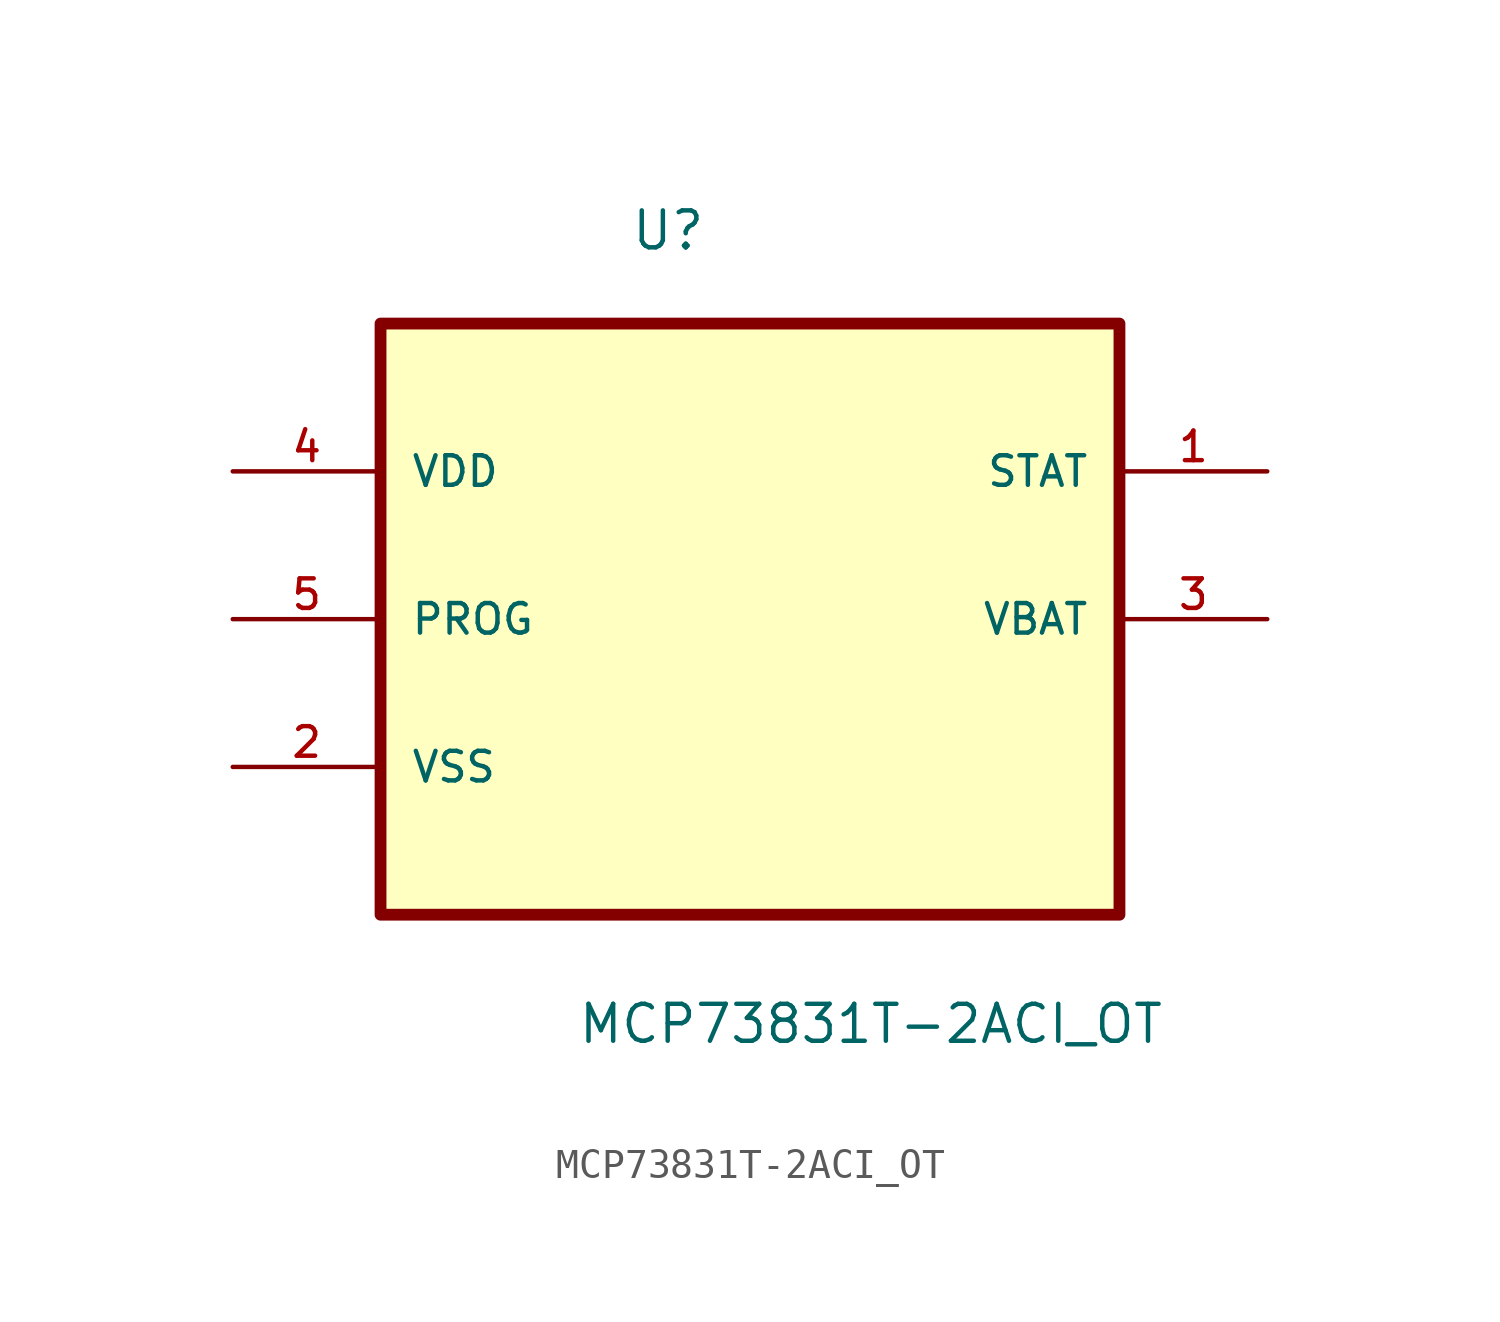
<source format=kicad_sym>
(kicad_symbol_lib
  (version 20211014)
  (generator kicad_symbol_editor)
  (symbol "MCP73831T-2ACI_OT"
    (pin_names
      (offset 1.016))
    (property "Reference" "U"
      (at -4.123 10.078 0.0)
      (effects (font (size 1.27 1.27)) (justify bottom left)))
    (property "Value" "MCP73831T-2ACI_OT"
      (at -5.953 -17.196 0.0)
      (effects (font (size 1.27 1.27)) (justify bottom left)))
    (symbol "MCP73831T-2ACI_OT_0_0"
      (rectangle (start -12.7 -12.7) (end 12.7 7.62) (stroke (width 0.406)) (fill (type background)))
      (pin power_in line (at -17.78 2.54 0) (length 5.08) (name "VDD" (effects (font (size 1.016 1.016)))) (number "4" (effects (font (size 1.016 1.016)))))
      (pin input line (at -17.78 -2.54 0) (length 5.08) (name "PROG" (effects (font (size 1.016 1.016)))) (number "5" (effects (font (size 1.016 1.016)))))
      (pin power_in line (at -17.78 -7.62 0) (length 5.08) (name "VSS" (effects (font (size 1.016 1.016)))) (number "2" (effects (font (size 1.016 1.016)))))
      (pin output line (at 17.78 2.54 180.0) (length 5.08) (name "STAT" (effects (font (size 1.016 1.016)))) (number "1" (effects (font (size 1.016 1.016)))))
      (pin output line (at 17.78 -2.54 180.0) (length 5.08) (name "VBAT" (effects (font (size 1.016 1.016)))) (number "3" (effects (font (size 1.016 1.016))))))))
</source>
